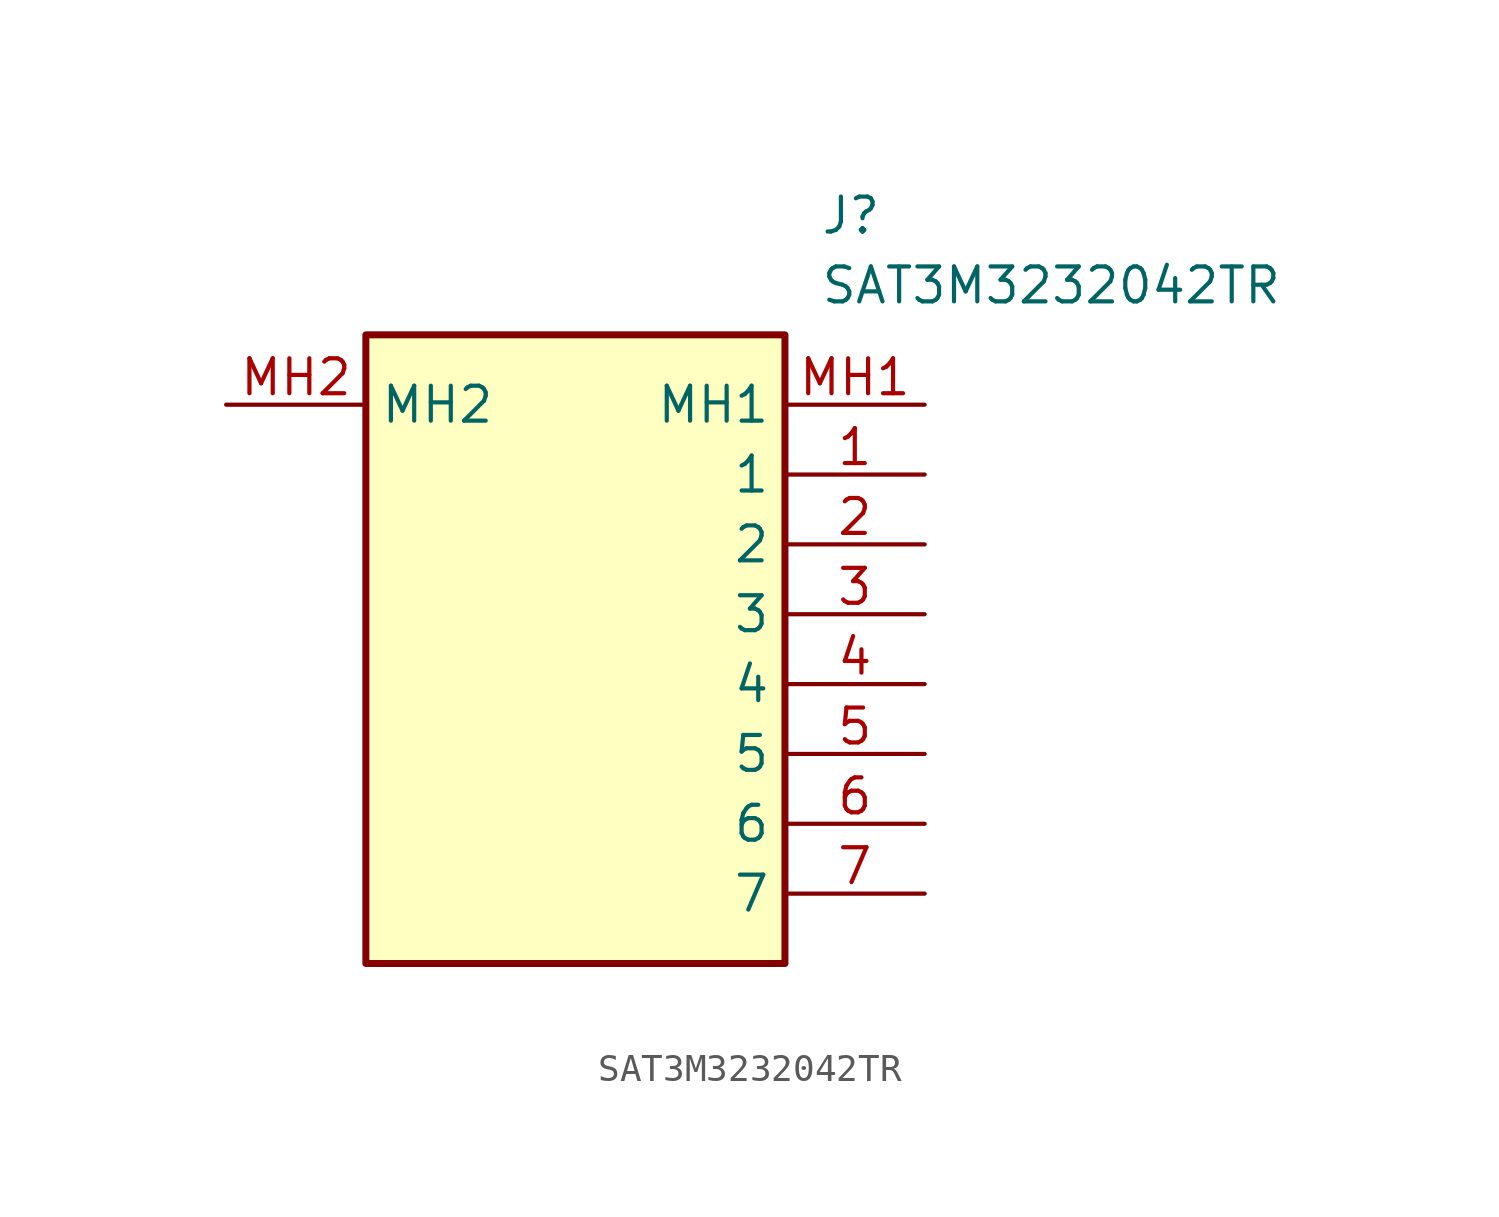
<source format=kicad_sym>
(kicad_symbol_lib
  (version 20211014)
  (generator SamacSys_ECAD_Model)
  (symbol "SAT3M3232042TR"
    (property "Reference" "J"
      (at 21.59 7.62 0)
      (effects (font (size 1.27 1.27)) (justify left top)))
    (property "Value" "SAT3M3232042TR"
      (at 21.59 5.08 0)
      (effects (font (size 1.27 1.27)) (justify left top)))
    (rectangle
      (start 5.08 2.54)
      (end 20.32 -20.32)
      (stroke (width 0.254) (type default))
      (fill (type background)))
    (pin passive line
      (at 25.4 -2.54 180)
      (length 5.08)
      (name "1" (effects (font (size 1.27 1.27))))
      (number "1" (effects (font (size 1.27 1.27)))))
    (pin passive line
      (at 25.4 -5.08 180)
      (length 5.08)
      (name "2" (effects (font (size 1.27 1.27))))
      (number "2" (effects (font (size 1.27 1.27)))))
    (pin passive line
      (at 25.4 -7.62 180)
      (length 5.08)
      (name "3" (effects (font (size 1.27 1.27))))
      (number "3" (effects (font (size 1.27 1.27)))))
    (pin passive line
      (at 25.4 -10.16 180)
      (length 5.08)
      (name "4" (effects (font (size 1.27 1.27))))
      (number "4" (effects (font (size 1.27 1.27)))))
    (pin passive line
      (at 25.4 -12.7 180)
      (length 5.08)
      (name "5" (effects (font (size 1.27 1.27))))
      (number "5" (effects (font (size 1.27 1.27)))))
    (pin passive line
      (at 25.4 -15.24 180)
      (length 5.08)
      (name "6" (effects (font (size 1.27 1.27))))
      (number "6" (effects (font (size 1.27 1.27)))))
    (pin passive line
      (at 25.4 -17.78 180)
      (length 5.08)
      (name "7" (effects (font (size 1.27 1.27))))
      (number "7" (effects (font (size 1.27 1.27)))))
    (pin passive line
      (at 25.4 0 180)
      (length 5.08)
      (name "MH1" (effects (font (size 1.27 1.27))))
      (number "MH1" (effects (font (size 1.27 1.27)))))
    (pin passive line
      (at 0 0 0)
      (length 5.08)
      (name "MH2" (effects (font (size 1.27 1.27))))
      (number "MH2" (effects (font (size 1.27 1.27)))))))
</source>
